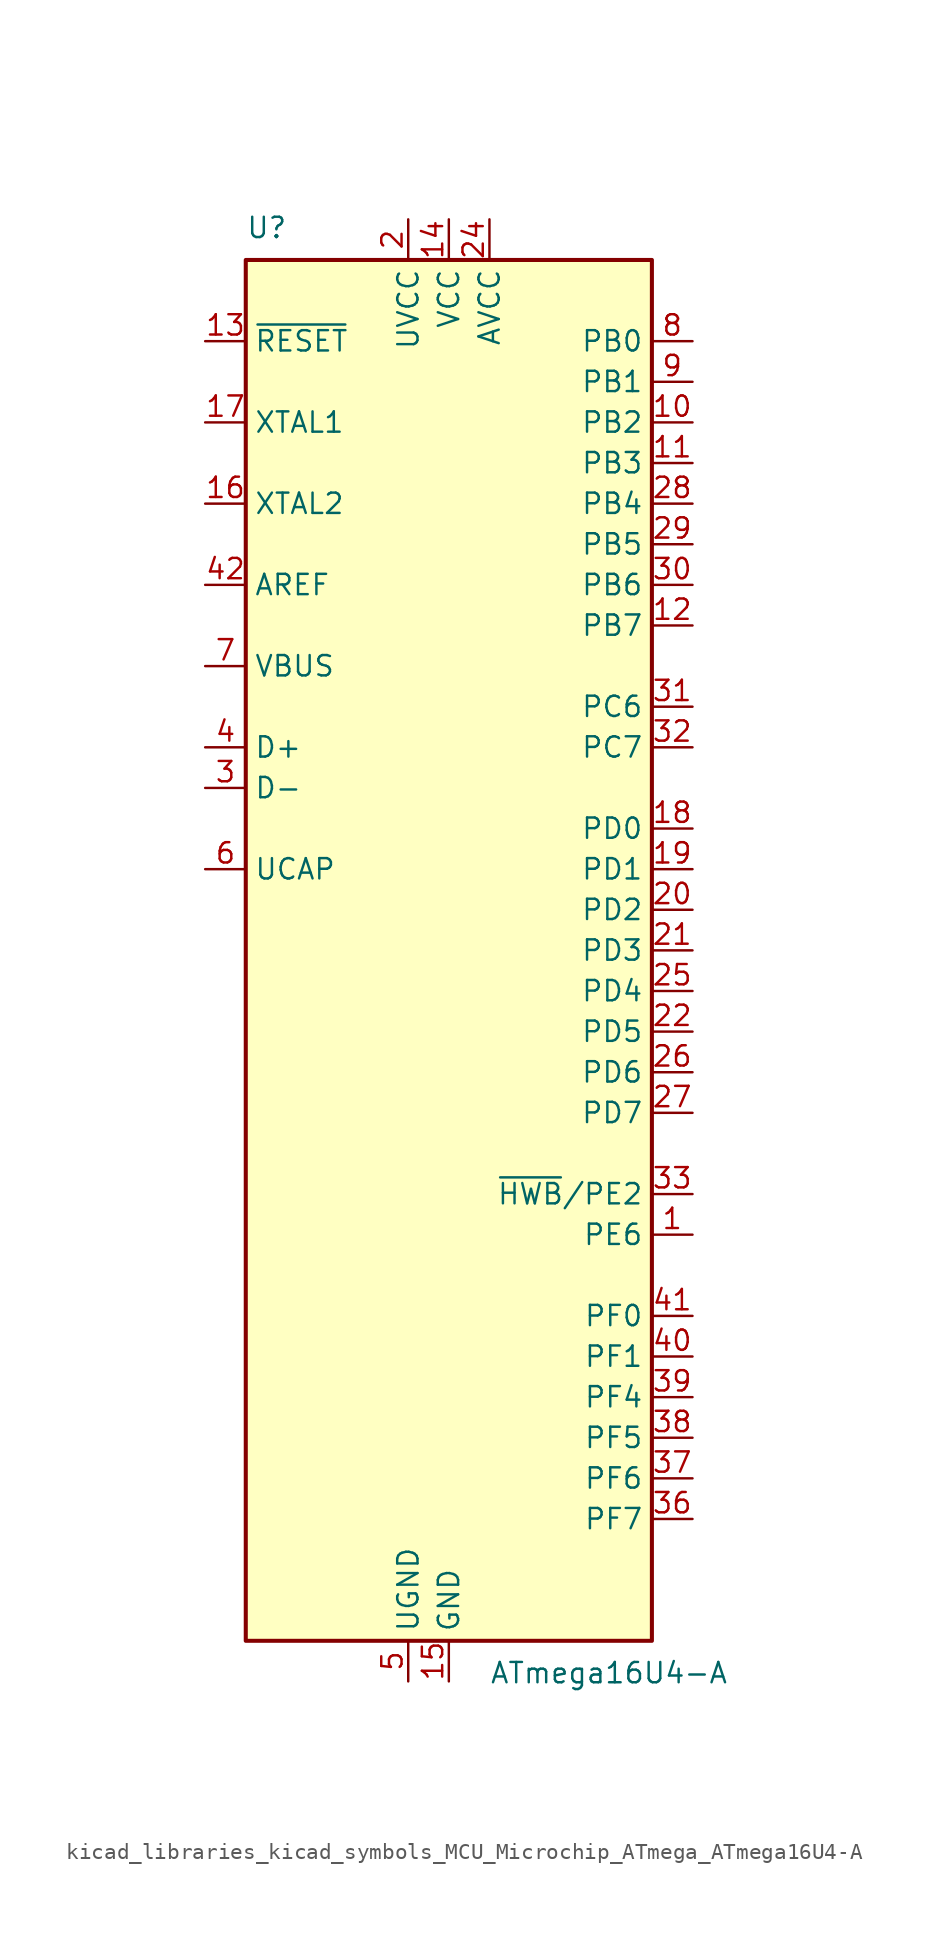
<source format=kicad_sym>
(kicad_symbol_lib
  (version 20220914)
  (generator kicad_symbol_editor)
  (symbol "kicad_libraries_kicad_symbols_MCU_Microchip_ATmega_ATmega16U4-A"
    (property "Reference" "U"
      (at -12.7 44.45 0)
      (effects (font (size 1.27 1.27)) (justify left bottom)))
    (property "Value" "ATmega16U4-A"
      (at 2.54 -44.45 0)
      (effects (font (size 1.27 1.27)) (justify left top)))
    (symbol "kicad_libraries_kicad_symbols_MCU_Microchip_ATmega_ATmega16U4-A_0_1"
      (rectangle (start -12.7 -43.18) (end 12.7 43.18) (stroke (width 0.254) (type default)) (fill (type background))))
    (symbol "kicad_libraries_kicad_symbols_MCU_Microchip_ATmega_ATmega16U4-A_1_1"
      (pin bidirectional line (at 15.24 -17.78 180) (length 2.54) (name "PE6" (effects (font (size 1.27 1.27)))) (number "1" (effects (font (size 1.27 1.27)))))
      (pin bidirectional line (at 15.24 33.02 180) (length 2.54) (name "PB2" (effects (font (size 1.27 1.27)))) (number "10" (effects (font (size 1.27 1.27)))))
      (pin bidirectional line (at 15.24 30.48 180) (length 2.54) (name "PB3" (effects (font (size 1.27 1.27)))) (number "11" (effects (font (size 1.27 1.27)))))
      (pin bidirectional line (at 15.24 20.32 180) (length 2.54) (name "PB7" (effects (font (size 1.27 1.27)))) (number "12" (effects (font (size 1.27 1.27)))))
      (pin input line (at -15.24 38.1 0) (length 2.54) (name "~{RESET}" (effects (font (size 1.27 1.27)))) (number "13" (effects (font (size 1.27 1.27)))))
      (pin power_in line (at 0 45.72 270) (length 2.54) (name "VCC" (effects (font (size 1.27 1.27)))) (number "14" (effects (font (size 1.27 1.27)))))
      (pin power_in line (at 0 -45.72 90) (length 2.54) (name "GND" (effects (font (size 1.27 1.27)))) (number "15" (effects (font (size 1.27 1.27)))))
      (pin output line (at -15.24 27.94 0) (length 2.54) (name "XTAL2" (effects (font (size 1.27 1.27)))) (number "16" (effects (font (size 1.27 1.27)))))
      (pin input line (at -15.24 33.02 0) (length 2.54) (name "XTAL1" (effects (font (size 1.27 1.27)))) (number "17" (effects (font (size 1.27 1.27)))))
      (pin bidirectional line (at 15.24 7.62 180) (length 2.54) (name "PD0" (effects (font (size 1.27 1.27)))) (number "18" (effects (font (size 1.27 1.27)))))
      (pin bidirectional line (at 15.24 5.08 180) (length 2.54) (name "PD1" (effects (font (size 1.27 1.27)))) (number "19" (effects (font (size 1.27 1.27)))))
      (pin power_in line (at -2.54 45.72 270) (length 2.54) (name "UVCC" (effects (font (size 1.27 1.27)))) (number "2" (effects (font (size 1.27 1.27)))))
      (pin bidirectional line (at 15.24 2.54 180) (length 2.54) (name "PD2" (effects (font (size 1.27 1.27)))) (number "20" (effects (font (size 1.27 1.27)))))
      (pin bidirectional line (at 15.24 0 180) (length 2.54) (name "PD3" (effects (font (size 1.27 1.27)))) (number "21" (effects (font (size 1.27 1.27)))))
      (pin bidirectional line (at 15.24 -5.08 180) (length 2.54) (name "PD5" (effects (font (size 1.27 1.27)))) (number "22" (effects (font (size 1.27 1.27)))))
      (pin passive line (at 0 -45.72 90) (length 2.54) hide (name "GND" (effects (font (size 1.27 1.27)))) (number "23" (effects (font (size 1.27 1.27)))))
      (pin power_in line (at 2.54 45.72 270) (length 2.54) (name "AVCC" (effects (font (size 1.27 1.27)))) (number "24" (effects (font (size 1.27 1.27)))))
      (pin bidirectional line (at 15.24 -2.54 180) (length 2.54) (name "PD4" (effects (font (size 1.27 1.27)))) (number "25" (effects (font (size 1.27 1.27)))))
      (pin bidirectional line (at 15.24 -7.62 180) (length 2.54) (name "PD6" (effects (font (size 1.27 1.27)))) (number "26" (effects (font (size 1.27 1.27)))))
      (pin bidirectional line (at 15.24 -10.16 180) (length 2.54) (name "PD7" (effects (font (size 1.27 1.27)))) (number "27" (effects (font (size 1.27 1.27)))))
      (pin bidirectional line (at 15.24 27.94 180) (length 2.54) (name "PB4" (effects (font (size 1.27 1.27)))) (number "28" (effects (font (size 1.27 1.27)))))
      (pin bidirectional line (at 15.24 25.4 180) (length 2.54) (name "PB5" (effects (font (size 1.27 1.27)))) (number "29" (effects (font (size 1.27 1.27)))))
      (pin bidirectional line (at -15.24 10.16 0) (length 2.54) (name "D-" (effects (font (size 1.27 1.27)))) (number "3" (effects (font (size 1.27 1.27)))))
      (pin bidirectional line (at 15.24 22.86 180) (length 2.54) (name "PB6" (effects (font (size 1.27 1.27)))) (number "30" (effects (font (size 1.27 1.27)))))
      (pin bidirectional line (at 15.24 15.24 180) (length 2.54) (name "PC6" (effects (font (size 1.27 1.27)))) (number "31" (effects (font (size 1.27 1.27)))))
      (pin bidirectional line (at 15.24 12.7 180) (length 2.54) (name "PC7" (effects (font (size 1.27 1.27)))) (number "32" (effects (font (size 1.27 1.27)))))
      (pin bidirectional line (at 15.24 -15.24 180) (length 2.54) (name "~{HWB}/PE2" (effects (font (size 1.27 1.27)))) (number "33" (effects (font (size 1.27 1.27)))))
      (pin passive line (at 0 45.72 270) (length 2.54) hide (name "VCC" (effects (font (size 1.27 1.27)))) (number "34" (effects (font (size 1.27 1.27)))))
      (pin passive line (at 0 -45.72 90) (length 2.54) hide (name "GND" (effects (font (size 1.27 1.27)))) (number "35" (effects (font (size 1.27 1.27)))))
      (pin bidirectional line (at 15.24 -35.56 180) (length 2.54) (name "PF7" (effects (font (size 1.27 1.27)))) (number "36" (effects (font (size 1.27 1.27)))))
      (pin bidirectional line (at 15.24 -33.02 180) (length 2.54) (name "PF6" (effects (font (size 1.27 1.27)))) (number "37" (effects (font (size 1.27 1.27)))))
      (pin bidirectional line (at 15.24 -30.48 180) (length 2.54) (name "PF5" (effects (font (size 1.27 1.27)))) (number "38" (effects (font (size 1.27 1.27)))))
      (pin bidirectional line (at 15.24 -27.94 180) (length 2.54) (name "PF4" (effects (font (size 1.27 1.27)))) (number "39" (effects (font (size 1.27 1.27)))))
      (pin bidirectional line (at -15.24 12.7 0) (length 2.54) (name "D+" (effects (font (size 1.27 1.27)))) (number "4" (effects (font (size 1.27 1.27)))))
      (pin bidirectional line (at 15.24 -25.4 180) (length 2.54) (name "PF1" (effects (font (size 1.27 1.27)))) (number "40" (effects (font (size 1.27 1.27)))))
      (pin bidirectional line (at 15.24 -22.86 180) (length 2.54) (name "PF0" (effects (font (size 1.27 1.27)))) (number "41" (effects (font (size 1.27 1.27)))))
      (pin passive line (at -15.24 22.86 0) (length 2.54) (name "AREF" (effects (font (size 1.27 1.27)))) (number "42" (effects (font (size 1.27 1.27)))))
      (pin passive line (at 0 -45.72 90) (length 2.54) hide (name "GND" (effects (font (size 1.27 1.27)))) (number "43" (effects (font (size 1.27 1.27)))))
      (pin passive line (at 2.54 45.72 270) (length 2.54) hide (name "AVCC" (effects (font (size 1.27 1.27)))) (number "44" (effects (font (size 1.27 1.27)))))
      (pin passive line (at -2.54 -45.72 90) (length 2.54) (name "UGND" (effects (font (size 1.27 1.27)))) (number "5" (effects (font (size 1.27 1.27)))))
      (pin passive line (at -15.24 5.08 0) (length 2.54) (name "UCAP" (effects (font (size 1.27 1.27)))) (number "6" (effects (font (size 1.27 1.27)))))
      (pin input line (at -15.24 17.78 0) (length 2.54) (name "VBUS" (effects (font (size 1.27 1.27)))) (number "7" (effects (font (size 1.27 1.27)))))
      (pin bidirectional line (at 15.24 38.1 180) (length 2.54) (name "PB0" (effects (font (size 1.27 1.27)))) (number "8" (effects (font (size 1.27 1.27)))))
      (pin bidirectional line (at 15.24 35.56 180) (length 2.54) (name "PB1" (effects (font (size 1.27 1.27)))) (number "9" (effects (font (size 1.27 1.27))))))))
</source>
